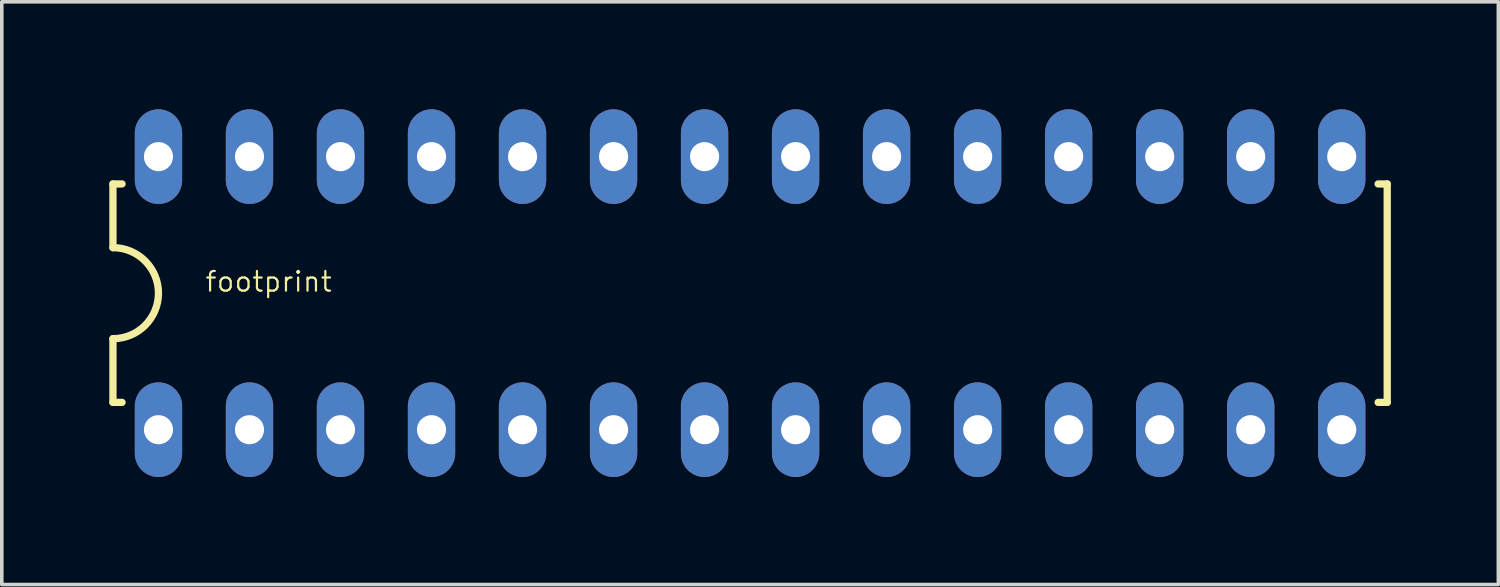
<source format=kicad_pcb>
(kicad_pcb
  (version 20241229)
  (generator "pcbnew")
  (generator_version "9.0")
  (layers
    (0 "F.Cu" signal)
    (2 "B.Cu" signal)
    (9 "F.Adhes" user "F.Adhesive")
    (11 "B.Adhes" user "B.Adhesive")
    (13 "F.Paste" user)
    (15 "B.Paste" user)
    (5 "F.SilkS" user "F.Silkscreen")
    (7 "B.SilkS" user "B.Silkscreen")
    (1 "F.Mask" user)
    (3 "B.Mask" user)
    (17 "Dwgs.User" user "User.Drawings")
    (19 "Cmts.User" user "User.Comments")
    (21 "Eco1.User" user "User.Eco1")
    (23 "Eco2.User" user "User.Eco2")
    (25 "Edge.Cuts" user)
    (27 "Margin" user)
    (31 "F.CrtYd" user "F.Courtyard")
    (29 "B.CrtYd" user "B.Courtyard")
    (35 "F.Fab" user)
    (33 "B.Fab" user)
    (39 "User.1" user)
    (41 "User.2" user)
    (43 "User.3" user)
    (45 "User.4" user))
  (footprint "footprint"
    (layer "F.Cu")
    (at 17.882 5.131)
    (property "Reference" "footprint" (at -15.24 0 0) (layer "F.SilkS") (effects (font (size 0.549 0.549) (thickness 0.061)) (justify left bottom)))
    (fp_line (start -17.78 -3.048) (end -17.78 -1.27) (stroke (width 0.203) (type solid)) (layer "F.SilkS"))
    (fp_line (start -17.78 -3.048) (end -17.526 -3.048) (stroke (width 0.203) (type solid)) (layer "F.SilkS"))
    (fp_line (start -17.78 1.27) (end -17.78 3.048) (stroke (width 0.203) (type solid)) (layer "F.SilkS"))
    (fp_line (start -17.78 3.048) (end -17.526 3.048) (stroke (width 0.203) (type solid)) (layer "F.SilkS"))
    (fp_line (start 17.78 -3.048) (end 17.526 -3.048) (stroke (width 0.203) (type solid)) (layer "F.SilkS"))
    (fp_line (start 17.78 3.048) (end 17.526 3.048) (stroke (width 0.203) (type solid)) (layer "F.SilkS"))
    (fp_line (start 17.78 3.048) (end 17.78 -3.048) (stroke (width 0.203) (type solid)) (layer "F.SilkS"))
    (fp_arc (start -17.78 -1.27) (mid -16.51 0) (end -17.78 1.27) (stroke (width 0.2032) (type solid)) (layer "F.SilkS"))
    (pad "1" thru_hole oval (at -16.51 3.81 90) (size 2.642 1.321) (drill 0.813) (layers "*.Cu" "*.Mask"))
    (pad "2" thru_hole oval (at -13.97 3.81 90) (size 2.642 1.321) (drill 0.813) (layers "*.Cu" "*.Mask"))
    (pad "3" thru_hole oval (at -11.43 3.81 90) (size 2.642 1.321) (drill 0.813) (layers "*.Cu" "*.Mask"))
    (pad "4" thru_hole oval (at -8.89 3.81 90) (size 2.642 1.321) (drill 0.813) (layers "*.Cu" "*.Mask"))
    (pad "5" thru_hole oval (at -6.35 3.81 90) (size 2.642 1.321) (drill 0.813) (layers "*.Cu" "*.Mask"))
    (pad "6" thru_hole oval (at -3.81 3.81 90) (size 2.642 1.321) (drill 0.813) (layers "*.Cu" "*.Mask"))
    (pad "7" thru_hole oval (at -1.27 3.81 90) (size 2.642 1.321) (drill 0.813) (layers "*.Cu" "*.Mask"))
    (pad "8" thru_hole oval (at 1.27 3.81 90) (size 2.642 1.321) (drill 0.813) (layers "*.Cu" "*.Mask"))
    (pad "9" thru_hole oval (at 3.81 3.81 90) (size 2.642 1.321) (drill 0.813) (layers "*.Cu" "*.Mask"))
    (pad "10" thru_hole oval (at 6.35 3.81 90) (size 2.642 1.321) (drill 0.813) (layers "*.Cu" "*.Mask"))
    (pad "11" thru_hole oval (at 8.89 3.81 90) (size 2.642 1.321) (drill 0.813) (layers "*.Cu" "*.Mask"))
    (pad "12" thru_hole oval (at 11.43 3.81 90) (size 2.642 1.321) (drill 0.813) (layers "*.Cu" "*.Mask"))
    (pad "13" thru_hole oval (at 13.97 3.81 90) (size 2.642 1.321) (drill 0.813) (layers "*.Cu" "*.Mask"))
    (pad "14" thru_hole oval (at 16.51 3.81 90) (size 2.642 1.321) (drill 0.813) (layers "*.Cu" "*.Mask"))
    (pad "15" thru_hole oval (at 16.51 -3.81 90) (size 2.642 1.321) (drill 0.813) (layers "*.Cu" "*.Mask"))
    (pad "16" thru_hole oval (at 13.97 -3.81 90) (size 2.642 1.321) (drill 0.813) (layers "*.Cu" "*.Mask"))
    (pad "17" thru_hole oval (at 11.43 -3.81 90) (size 2.642 1.321) (drill 0.813) (layers "*.Cu" "*.Mask"))
    (pad "18" thru_hole oval (at 8.89 -3.81 90) (size 2.642 1.321) (drill 0.813) (layers "*.Cu" "*.Mask"))
    (pad "19" thru_hole oval (at 6.35 -3.81 90) (size 2.642 1.321) (drill 0.813) (layers "*.Cu" "*.Mask"))
    (pad "20" thru_hole oval (at 3.81 -3.81 90) (size 2.642 1.321) (drill 0.813) (layers "*.Cu" "*.Mask"))
    (pad "21" thru_hole oval (at 1.27 -3.81 90) (size 2.642 1.321) (drill 0.813) (layers "*.Cu" "*.Mask"))
    (pad "22" thru_hole oval (at -1.27 -3.81 90) (size 2.642 1.321) (drill 0.813) (layers "*.Cu" "*.Mask"))
    (pad "23" thru_hole oval (at -3.81 -3.81 90) (size 2.642 1.321) (drill 0.813) (layers "*.Cu" "*.Mask"))
    (pad "24" thru_hole oval (at -6.35 -3.81 90) (size 2.642 1.321) (drill 0.813) (layers "*.Cu" "*.Mask"))
    (pad "25" thru_hole oval (at -8.89 -3.81 90) (size 2.642 1.321) (drill 0.813) (layers "*.Cu" "*.Mask"))
    (pad "26" thru_hole oval (at -11.43 -3.81 90) (size 2.642 1.321) (drill 0.813) (layers "*.Cu" "*.Mask"))
    (pad "27" thru_hole oval (at -13.97 -3.81 90) (size 2.642 1.321) (drill 0.813) (layers "*.Cu" "*.Mask"))
    (pad "28" thru_hole oval (at -16.51 -3.81 90) (size 2.642 1.321) (drill 0.813) (layers "*.Cu" "*.Mask")))
  (gr_rect
    (start -3 -3)
    (end 38.763 13.262)
    (stroke (width 0.1) (type default))
    (fill no)
    (layer "Edge.Cuts")))
</source>
